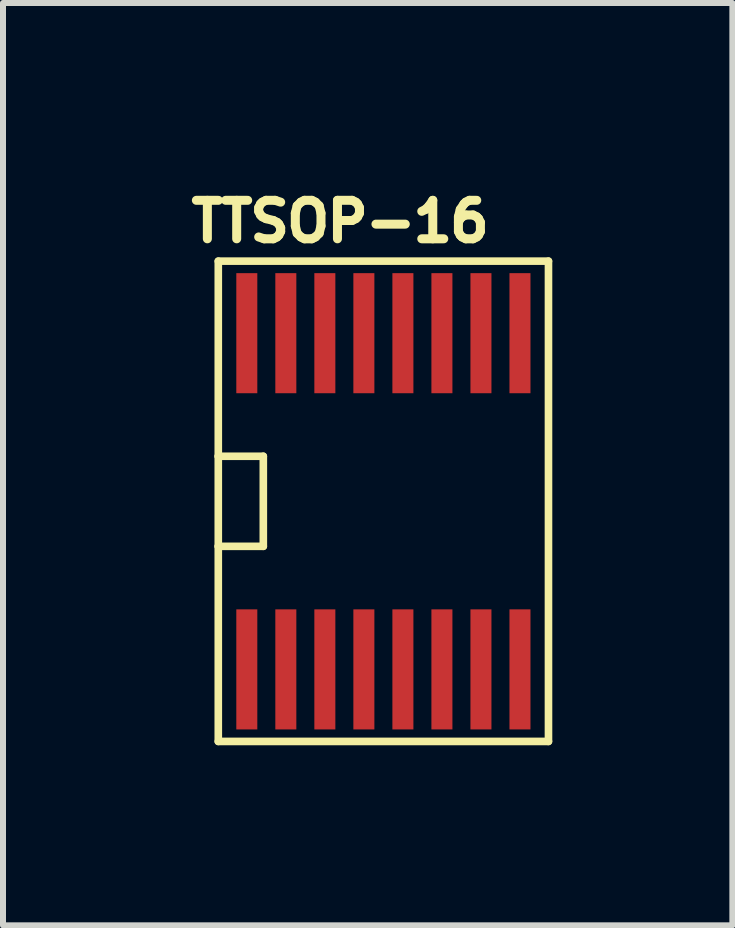
<source format=kicad_pcb>
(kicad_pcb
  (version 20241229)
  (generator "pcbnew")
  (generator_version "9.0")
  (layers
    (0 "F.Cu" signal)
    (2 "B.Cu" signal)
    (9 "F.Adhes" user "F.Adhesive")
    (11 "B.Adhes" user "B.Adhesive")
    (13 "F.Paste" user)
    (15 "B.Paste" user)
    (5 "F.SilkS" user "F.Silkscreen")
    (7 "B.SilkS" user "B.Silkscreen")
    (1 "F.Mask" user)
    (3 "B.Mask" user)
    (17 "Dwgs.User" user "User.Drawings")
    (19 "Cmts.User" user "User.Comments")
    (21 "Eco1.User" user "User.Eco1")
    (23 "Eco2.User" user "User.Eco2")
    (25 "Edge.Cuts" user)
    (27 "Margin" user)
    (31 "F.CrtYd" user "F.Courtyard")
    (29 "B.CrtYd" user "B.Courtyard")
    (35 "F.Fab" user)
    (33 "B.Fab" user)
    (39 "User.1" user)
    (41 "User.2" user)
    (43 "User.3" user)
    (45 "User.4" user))
  (footprint "TTSOP-16"
    (layer "F.Cu")
    (at 3.336 5.3)
    (property "Reference" "TTSOP-16" (at -0.719 -4.661 0) (layer "F.SilkS") (effects (font (size 0.641 0.641) (thickness 0.15))))
    (attr through_hole)
    (fp_line (start -2.75 -4) (end 2.75 -4) (stroke (width 0.127) (type solid)) (layer "F.SilkS"))
    (fp_line (start -2.75 -0.75) (end -2.75 -4) (stroke (width 0.127) (type solid)) (layer "F.SilkS"))
    (fp_line (start -2.75 -0.75) (end -2 -0.75) (stroke (width 0.127) (type solid)) (layer "F.SilkS"))
    (fp_line (start -2.75 0.75) (end -2.75 -0.75) (stroke (width 0.127) (type solid)) (layer "F.SilkS"))
    (fp_line (start -2.75 4) (end -2.75 0.75) (stroke (width 0.127) (type solid)) (layer "F.SilkS"))
    (fp_line (start -2 -0.75) (end -2 0.75) (stroke (width 0.127) (type solid)) (layer "F.SilkS"))
    (fp_line (start -2 0.75) (end -2.75 0.75) (stroke (width 0.127) (type solid)) (layer "F.SilkS"))
    (fp_line (start 2.75 -4) (end 2.75 4) (stroke (width 0.127) (type solid)) (layer "F.SilkS"))
    (fp_line (start 2.75 4) (end -2.75 4) (stroke (width 0.127) (type solid)) (layer "F.SilkS"))
    (pad "1" smd rect (at -2.275 2.8) (size 0.35 2) (layers "F.Cu" "F.Mask" "F.Paste"))
    (pad "2" smd rect (at -1.625 2.8) (size 0.35 2) (layers "F.Cu" "F.Mask" "F.Paste"))
    (pad "3" smd rect (at -0.975 2.8) (size 0.35 2) (layers "F.Cu" "F.Mask" "F.Paste"))
    (pad "4" smd rect (at -0.325 2.8) (size 0.35 2) (layers "F.Cu" "F.Mask" "F.Paste"))
    (pad "5" smd rect (at 0.325 2.8) (size 0.35 2) (layers "F.Cu" "F.Mask" "F.Paste"))
    (pad "6" smd rect (at 0.975 2.8) (size 0.35 2) (layers "F.Cu" "F.Mask" "F.Paste"))
    (pad "7" smd rect (at 1.625 2.8) (size 0.35 2) (layers "F.Cu" "F.Mask" "F.Paste"))
    (pad "8" smd rect (at 2.275 2.8) (size 0.35 2) (layers "F.Cu" "F.Mask" "F.Paste"))
    (pad "9" smd rect (at 2.275 -2.8) (size 0.35 2) (layers "F.Cu" "F.Mask" "F.Paste"))
    (pad "10" smd rect (at 1.625 -2.8) (size 0.35 2) (layers "F.Cu" "F.Mask" "F.Paste"))
    (pad "11" smd rect (at 0.975 -2.8) (size 0.35 2) (layers "F.Cu" "F.Mask" "F.Paste"))
    (pad "12" smd rect (at 0.325 -2.8) (size 0.35 2) (layers "F.Cu" "F.Mask" "F.Paste"))
    (pad "13" smd rect (at -0.325 -2.8) (size 0.35 2) (layers "F.Cu" "F.Mask" "F.Paste"))
    (pad "14" smd rect (at -0.975 -2.8) (size 0.35 2) (layers "F.Cu" "F.Mask" "F.Paste"))
    (pad "15" smd rect (at -1.625 -2.8) (size 0.35 2) (layers "F.Cu" "F.Mask" "F.Paste"))
    (pad "16" smd rect (at -2.275 -2.8) (size 0.35 2) (layers "F.Cu" "F.Mask" "F.Paste")))
  (gr_rect
    (start -3 -3)
    (end 9.149 12.363)
    (stroke (width 0.1) (type default))
    (fill no)
    (layer "Edge.Cuts")))
</source>
